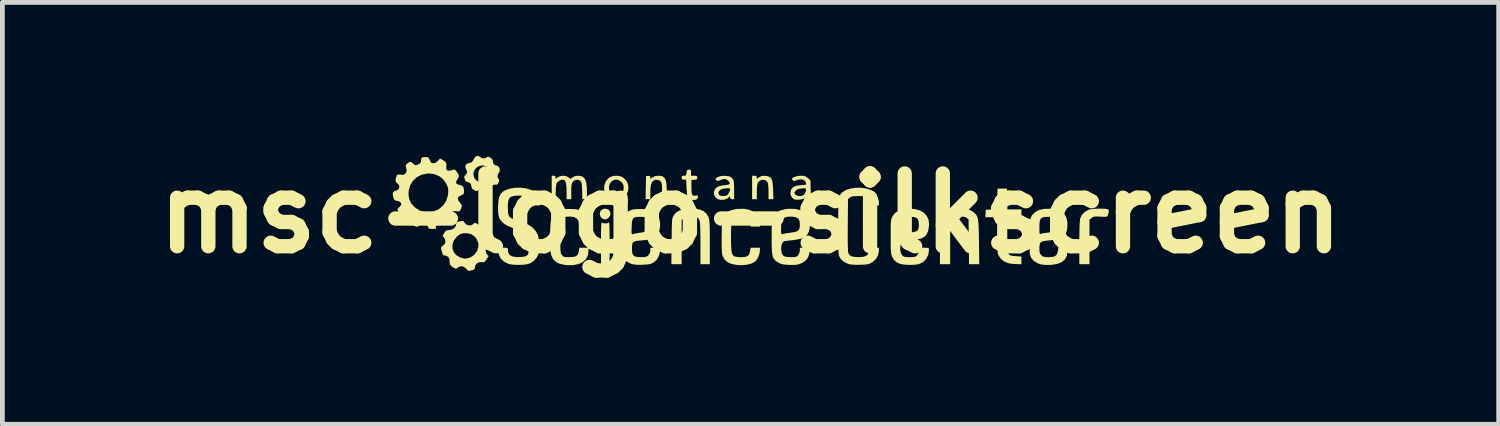
<source format=kicad_pcb>
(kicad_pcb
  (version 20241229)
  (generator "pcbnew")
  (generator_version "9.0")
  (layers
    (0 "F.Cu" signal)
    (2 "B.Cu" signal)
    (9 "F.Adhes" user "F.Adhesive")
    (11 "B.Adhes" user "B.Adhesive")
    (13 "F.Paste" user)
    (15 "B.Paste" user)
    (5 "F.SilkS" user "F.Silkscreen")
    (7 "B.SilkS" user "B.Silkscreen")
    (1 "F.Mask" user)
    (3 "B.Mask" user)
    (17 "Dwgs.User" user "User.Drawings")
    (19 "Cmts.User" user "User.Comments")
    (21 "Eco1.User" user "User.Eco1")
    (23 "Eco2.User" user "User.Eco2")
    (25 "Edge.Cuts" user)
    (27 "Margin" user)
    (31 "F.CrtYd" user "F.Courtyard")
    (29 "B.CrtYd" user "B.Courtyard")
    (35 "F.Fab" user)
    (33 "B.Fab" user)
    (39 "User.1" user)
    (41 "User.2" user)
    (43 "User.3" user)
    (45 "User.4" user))
  (footprint "msc-logo-silkscreen"
    (layer "F.Cu")
    (at 12.671 1.418)
    (property "Reference" "msc-logo-silkscreen" (at 0 0 0) (layer "F.SilkS") (effects (font (size 1.524 1.524) (thickness 0.3))))
    (attr board_only exclude_from_pos_files exclude_from_bom)
    (fp_poly (pts (xy -2.989 -0.085) (xy -2.951 -0.051) (xy -2.934 -0.004) (xy -2.94 0.046) (xy -2.972 0.092) (xy -2.978 0.097) (xy -3.018 0.123) (xy -3.052 0.128) (xy -3.095 0.114) (xy -3.129 0.088) (xy -3.149 0.056) (xy -3.158 -0.005) (xy -3.138 -0.055) (xy -3.095 -0.088) (xy -3.043 -0.098)) (stroke (width 0) (type solid)) (fill yes) (layer "F.SilkS"))
    (fp_poly (pts (xy -3.112 0.193) (xy -3.078 0.209) (xy -3.031 0.212) (xy -2.988 0.204) (xy -2.971 0.193) (xy -2.965 0.194) (xy -2.96 0.212) (xy -2.957 0.25) (xy -2.954 0.31) (xy -2.953 0.395) (xy -2.952 0.508) (xy -2.952 0.62) (xy -2.952 1.066) (xy -3.132 1.066) (xy -3.132 0.62) (xy -3.132 0.483) (xy -3.131 0.375) (xy -3.129 0.296) (xy -3.126 0.24) (xy -3.122 0.207) (xy -3.117 0.193)) (stroke (width 0) (type solid)) (fill yes) (layer "F.SilkS"))
    (fp_poly (pts (xy -1.872 -0.782) (xy -1.834 -0.769) (xy -1.8 -0.739) (xy -1.776 -0.689) (xy -1.761 -0.614) (xy -1.755 -0.512) (xy -1.755 -0.468) (xy -1.755 -0.295) (xy -1.853 -0.295) (xy -1.853 -0.467) (xy -1.854 -0.547) (xy -1.857 -0.6) (xy -1.863 -0.635) (xy -1.874 -0.658) (xy -1.886 -0.672) (xy -1.933 -0.699) (xy -1.989 -0.702) (xy -2.037 -0.683) (xy -2.066 -0.649) (xy -2.086 -0.596) (xy -2.096 -0.521) (xy -2.099 -0.433) (xy -2.099 -0.295) (xy -2.198 -0.295) (xy -2.194 -0.537) (xy -2.189 -0.779) (xy -2.144 -0.784) (xy -2.111 -0.783) (xy -2.1 -0.765) (xy -2.099 -0.754) (xy -2.099 -0.719) (xy -2.056 -0.753) (xy -2.004 -0.777) (xy -1.938 -0.787)) (stroke (width 0) (type solid)) (fill yes) (layer "F.SilkS"))
    (fp_poly (pts (xy 7.374 -0.097) (xy 7.44 -0.094) (xy 7.474 -0.088) (xy 7.5 -0.076) (xy 7.505 -0.052) (xy 7.502 -0.027) (xy 7.491 0.023) (xy 7.481 0.053) (xy 7.462 0.069) (xy 7.428 0.074) (xy 7.373 0.072) (xy 7.333 0.07) (xy 7.262 0.067) (xy 7.215 0.068) (xy 7.184 0.074) (xy 7.158 0.088) (xy 7.145 0.098) (xy 7.1 0.134) (xy 7.1 1.066) (xy 6.887 1.066) (xy 6.887 0.619) (xy 6.888 0.473) (xy 6.89 0.346) (xy 6.893 0.243) (xy 6.898 0.165) (xy 6.903 0.116) (xy 6.905 0.107) (xy 6.941 0.035) (xy 7 -0.028) (xy 7.074 -0.071) (xy 7.096 -0.079) (xy 7.146 -0.088) (xy 7.216 -0.094) (xy 7.296 -0.098)) (stroke (width 0) (type solid)) (fill yes) (layer "F.SilkS"))
    (fp_poly (pts (xy 0.118 -0.782) (xy 0.131 -0.763) (xy 0.131 -0.753) (xy 0.131 -0.719) (xy 0.174 -0.753) (xy 0.23 -0.779) (xy 0.299 -0.787) (xy 0.367 -0.775) (xy 0.381 -0.77) (xy 0.415 -0.75) (xy 0.439 -0.721) (xy 0.455 -0.679) (xy 0.465 -0.618) (xy 0.471 -0.531) (xy 0.473 -0.488) (xy 0.479 -0.295) (xy 0.377 -0.295) (xy 0.377 -0.45) (xy 0.375 -0.523) (xy 0.37 -0.588) (xy 0.362 -0.635) (xy 0.358 -0.647) (xy 0.325 -0.686) (xy 0.278 -0.702) (xy 0.225 -0.698) (xy 0.179 -0.673) (xy 0.152 -0.639) (xy 0.142 -0.602) (xy 0.135 -0.541) (xy 0.132 -0.464) (xy 0.131 -0.447) (xy 0.131 -0.295) (xy 0.033 -0.295) (xy 0.033 -0.787) (xy 0.082 -0.787)) (stroke (width 0) (type solid)) (fill yes) (layer "F.SilkS"))
    (fp_poly (pts (xy 5.375 -0.299) (xy 5.379 -0.082) (xy 5.674 -0.082) (xy 5.674 0.082) (xy 5.378 0.082) (xy 5.378 0.449) (xy 5.379 0.58) (xy 5.38 0.681) (xy 5.384 0.758) (xy 5.392 0.813) (xy 5.406 0.85) (xy 5.427 0.873) (xy 5.457 0.886) (xy 5.497 0.893) (xy 5.549 0.897) (xy 5.556 0.898) (xy 5.674 0.906) (xy 5.674 1.066) (xy 5.571 1.065) (xy 5.5 1.06) (xy 5.427 1.051) (xy 5.39 1.042) (xy 5.307 1.006) (xy 5.239 0.948) (xy 5.192 0.877) (xy 5.184 0.854) (xy 5.177 0.814) (xy 5.172 0.745) (xy 5.168 0.65) (xy 5.166 0.533) (xy 5.165 0.437) (xy 5.165 0.082) (xy 4.918 0.082) (xy 4.928 -0.074) (xy 5.046 -0.079) (xy 5.164 -0.083) (xy 5.169 -0.3) (xy 5.173 -0.517) (xy 5.37 -0.517)) (stroke (width 0) (type solid)) (fill yes) (layer "F.SilkS"))
    (fp_poly (pts (xy -2.717 -0.773) (xy -2.677 -0.754) (xy -2.613 -0.698) (xy -2.573 -0.628) (xy -2.557 -0.549) (xy -2.565 -0.47) (xy -2.596 -0.397) (xy -2.651 -0.336) (xy -2.69 -0.311) (xy -2.773 -0.283) (xy -2.855 -0.286) (xy -2.935 -0.316) (xy -3.002 -0.367) (xy -3.046 -0.434) (xy -3.066 -0.51) (xy -3.064 -0.552) (xy -2.967 -0.552) (xy -2.96 -0.485) (xy -2.943 -0.442) (xy -2.905 -0.4) (xy -2.849 -0.377) (xy -2.787 -0.375) (xy -2.727 -0.394) (xy -2.685 -0.428) (xy -2.664 -0.475) (xy -2.656 -0.536) (xy -2.662 -0.591) (xy -2.682 -0.632) (xy -2.704 -0.657) (xy -2.761 -0.696) (xy -2.818 -0.707) (xy -2.872 -0.694) (xy -2.918 -0.661) (xy -2.951 -0.612) (xy -2.967 -0.552) (xy -3.064 -0.552) (xy -3.062 -0.59) (xy -3.035 -0.665) (xy -2.982 -0.729) (xy -2.948 -0.754) (xy -2.878 -0.781) (xy -2.796 -0.787)) (stroke (width 0) (type solid)) (fill yes) (layer "F.SilkS"))
    (fp_poly (pts (xy 4.486 -0.093) (xy 4.569 -0.078) (xy 4.635 -0.049) (xy 4.675 -0.021) (xy 4.703 0.005) (xy 4.726 0.03) (xy 4.744 0.06) (xy 4.757 0.098) (xy 4.767 0.147) (xy 4.774 0.213) (xy 4.779 0.298) (xy 4.782 0.407) (xy 4.784 0.543) (xy 4.785 0.603) (xy 4.791 1.066) (xy 4.576 1.066) (xy 4.572 0.597) (xy 4.567 0.128) (xy 4.528 0.097) (xy 4.496 0.079) (xy 4.451 0.069) (xy 4.385 0.066) (xy 4.376 0.066) (xy 4.312 0.067) (xy 4.271 0.074) (xy 4.243 0.087) (xy 4.222 0.106) (xy 4.181 0.146) (xy 4.181 1.066) (xy 3.966 1.066) (xy 3.971 0.594) (xy 3.973 0.449) (xy 3.975 0.332) (xy 3.979 0.24) (xy 3.984 0.17) (xy 3.992 0.116) (xy 4.003 0.076) (xy 4.018 0.045) (xy 4.038 0.019) (xy 4.064 -0.005) (xy 4.083 -0.022) (xy 4.141 -0.06) (xy 4.212 -0.084) (xy 4.303 -0.096) (xy 4.378 -0.098)) (stroke (width 0) (type solid)) (fill yes) (layer "F.SilkS"))
    (fp_poly (pts (xy -1.25 -0.904) (xy -1.246 -0.87) (xy -1.246 -0.854) (xy -1.246 -0.787) (xy -1.181 -0.787) (xy -1.138 -0.785) (xy -1.12 -0.774) (xy -1.115 -0.75) (xy -1.115 -0.747) (xy -1.12 -0.72) (xy -1.14 -0.707) (xy -1.177 -0.702) (xy -1.238 -0.697) (xy -1.238 -0.545) (xy -1.236 -0.463) (xy -1.229 -0.41) (xy -1.215 -0.38) (xy -1.19 -0.368) (xy -1.153 -0.37) (xy -1.145 -0.372) (xy -1.112 -0.375) (xy -1.1 -0.36) (xy -1.099 -0.34) (xy -1.113 -0.304) (xy -1.15 -0.283) (xy -1.203 -0.278) (xy -1.265 -0.292) (xy -1.273 -0.295) (xy -1.296 -0.308) (xy -1.312 -0.329) (xy -1.324 -0.364) (xy -1.332 -0.418) (xy -1.338 -0.497) (xy -1.34 -0.537) (xy -1.349 -0.705) (xy -1.396 -0.705) (xy -1.43 -0.71) (xy -1.442 -0.731) (xy -1.443 -0.746) (xy -1.438 -0.776) (xy -1.415 -0.786) (xy -1.395 -0.787) (xy -1.363 -0.79) (xy -1.348 -0.807) (xy -1.342 -0.847) (xy -1.341 -0.849) (xy -1.335 -0.89) (xy -1.319 -0.909) (xy -1.291 -0.915) (xy -1.263 -0.916)) (stroke (width 0) (type solid)) (fill yes) (layer "F.SilkS"))
    (fp_poly (pts (xy -1.158 -0.094) (xy -1.058 -0.078) (xy -0.98 -0.044) (xy -0.922 0.009) (xy -0.879 0.083) (xy -0.878 0.086) (xy -0.87 0.11) (xy -0.864 0.142) (xy -0.86 0.187) (xy -0.856 0.249) (xy -0.854 0.331) (xy -0.853 0.438) (xy -0.853 0.572) (xy -0.853 0.606) (xy -0.853 1.066) (xy -1.049 1.066) (xy -1.049 0.634) (xy -1.05 0.482) (xy -1.052 0.356) (xy -1.056 0.257) (xy -1.061 0.188) (xy -1.067 0.15) (xy -1.068 0.149) (xy -1.09 0.109) (xy -1.126 0.083) (xy -1.182 0.07) (xy -1.264 0.066) (xy -1.324 0.068) (xy -1.363 0.077) (xy -1.393 0.097) (xy -1.403 0.106) (xy -1.443 0.146) (xy -1.443 1.066) (xy -1.658 1.066) (xy -1.653 0.586) (xy -1.651 0.448) (xy -1.65 0.339) (xy -1.648 0.254) (xy -1.645 0.191) (xy -1.642 0.144) (xy -1.637 0.111) (xy -1.631 0.086) (xy -1.622 0.067) (xy -1.612 0.048) (xy -1.609 0.045) (xy -1.562 -0.013) (xy -1.499 -0.054) (xy -1.416 -0.08) (xy -1.308 -0.094) (xy -1.285 -0.095)) (stroke (width 0) (type solid)) (fill yes) (layer "F.SilkS"))
    (fp_poly (pts (xy -4.092 -0.78) (xy -4.083 -0.753) (xy -4.083 -0.719) (xy -4.04 -0.753) (xy -3.981 -0.781) (xy -3.911 -0.787) (xy -3.844 -0.771) (xy -3.815 -0.753) (xy -3.771 -0.719) (xy -3.728 -0.753) (xy -3.672 -0.78) (xy -3.608 -0.787) (xy -3.545 -0.779) (xy -3.497 -0.752) (xy -3.462 -0.705) (xy -3.44 -0.633) (xy -3.429 -0.534) (xy -3.427 -0.447) (xy -3.427 -0.295) (xy -3.523 -0.295) (xy -3.528 -0.477) (xy -3.531 -0.558) (xy -3.536 -0.614) (xy -3.543 -0.648) (xy -3.553 -0.67) (xy -3.566 -0.682) (xy -3.62 -0.704) (xy -3.675 -0.697) (xy -3.721 -0.662) (xy -3.737 -0.637) (xy -3.747 -0.607) (xy -3.753 -0.563) (xy -3.755 -0.498) (xy -3.755 -0.457) (xy -3.755 -0.295) (xy -3.853 -0.295) (xy -3.853 -0.464) (xy -3.856 -0.561) (xy -3.865 -0.631) (xy -3.883 -0.675) (xy -3.909 -0.699) (xy -3.944 -0.705) (xy -3.982 -0.695) (xy -4.025 -0.669) (xy -4.028 -0.666) (xy -4.049 -0.646) (xy -4.062 -0.625) (xy -4.071 -0.594) (xy -4.076 -0.547) (xy -4.08 -0.476) (xy -4.08 -0.461) (xy -4.084 -0.386) (xy -4.087 -0.338) (xy -4.093 -0.311) (xy -4.103 -0.299) (xy -4.118 -0.295) (xy -4.126 -0.295) (xy -4.165 -0.295) (xy -4.165 -0.787) (xy -4.124 -0.787)) (stroke (width 0) (type solid)) (fill yes) (layer "F.SilkS"))
    (fp_poly (pts (xy 1.115 -0.784) (xy 1.156 -0.772) (xy 1.193 -0.746) (xy 1.201 -0.739) (xy 1.254 -0.691) (xy 1.26 -0.493) (xy 1.266 -0.295) (xy 1.223 -0.295) (xy 1.189 -0.303) (xy 1.181 -0.32) (xy 1.174 -0.342) (xy 1.153 -0.337) (xy 1.129 -0.317) (xy 1.09 -0.298) (xy 1.033 -0.286) (xy 0.972 -0.284) (xy 0.922 -0.291) (xy 0.91 -0.297) (xy 0.862 -0.337) (xy 0.839 -0.39) (xy 0.837 -0.426) (xy 0.918 -0.426) (xy 0.933 -0.396) (xy 0.971 -0.373) (xy 1.021 -0.361) (xy 1.033 -0.361) (xy 1.085 -0.368) (xy 1.121 -0.393) (xy 1.13 -0.404) (xy 1.154 -0.447) (xy 1.164 -0.488) (xy 1.162 -0.511) (xy 1.152 -0.522) (xy 1.124 -0.525) (xy 1.072 -0.521) (xy 1.071 -0.521) (xy 1.009 -0.512) (xy 0.97 -0.496) (xy 0.948 -0.476) (xy 0.927 -0.445) (xy 0.918 -0.426) (xy 0.837 -0.426) (xy 0.836 -0.429) (xy 0.85 -0.497) (xy 0.891 -0.546) (xy 0.959 -0.577) (xy 1.054 -0.59) (xy 1.075 -0.59) (xy 1.127 -0.592) (xy 1.154 -0.598) (xy 1.163 -0.612) (xy 1.164 -0.622) (xy 1.15 -0.669) (xy 1.113 -0.7) (xy 1.058 -0.712) (xy 0.992 -0.703) (xy 0.972 -0.696) (xy 0.926 -0.681) (xy 0.9 -0.678) (xy 0.885 -0.689) (xy 0.884 -0.691) (xy 0.871 -0.717) (xy 0.869 -0.725) (xy 0.884 -0.745) (xy 0.922 -0.763) (xy 0.975 -0.778) (xy 1.035 -0.786) (xy 1.057 -0.787)) (stroke (width 0) (type solid)) (fill yes) (layer "F.SilkS"))
    (fp_poly (pts (xy -0.52 -0.784) (xy -0.46 -0.777) (xy -0.421 -0.764) (xy -0.392 -0.741) (xy -0.383 -0.732) (xy -0.366 -0.71) (xy -0.355 -0.687) (xy -0.349 -0.655) (xy -0.346 -0.607) (xy -0.344 -0.536) (xy -0.344 -0.491) (xy -0.344 -0.295) (xy -0.385 -0.295) (xy -0.417 -0.302) (xy -0.427 -0.329) (xy -0.427 -0.332) (xy -0.431 -0.354) (xy -0.439 -0.352) (xy -0.486 -0.31) (xy -0.552 -0.285) (xy -0.625 -0.281) (xy -0.683 -0.295) (xy -0.733 -0.331) (xy -0.762 -0.384) (xy -0.767 -0.432) (xy -0.674 -0.432) (xy -0.662 -0.391) (xy -0.653 -0.38) (xy -0.62 -0.366) (xy -0.571 -0.361) (xy -0.52 -0.367) (xy -0.493 -0.377) (xy -0.468 -0.402) (xy -0.444 -0.445) (xy -0.429 -0.491) (xy -0.426 -0.511) (xy -0.441 -0.521) (xy -0.477 -0.525) (xy -0.526 -0.522) (xy -0.576 -0.513) (xy -0.615 -0.501) (xy -0.658 -0.471) (xy -0.674 -0.432) (xy -0.767 -0.432) (xy -0.768 -0.445) (xy -0.746 -0.503) (xy -0.745 -0.505) (xy -0.71 -0.543) (xy -0.661 -0.568) (xy -0.593 -0.583) (xy -0.542 -0.589) (xy -0.476 -0.598) (xy -0.44 -0.613) (xy -0.433 -0.635) (xy -0.452 -0.666) (xy -0.465 -0.68) (xy -0.511 -0.713) (xy -0.56 -0.719) (xy -0.622 -0.7) (xy -0.633 -0.695) (xy -0.675 -0.679) (xy -0.701 -0.681) (xy -0.713 -0.689) (xy -0.734 -0.712) (xy -0.73 -0.731) (xy -0.699 -0.752) (xy -0.678 -0.762) (xy -0.62 -0.781) (xy -0.549 -0.785)) (stroke (width 0) (type solid)) (fill yes) (layer "F.SilkS"))
    (fp_poly (pts (xy -0.022 -0.072) (xy 0.069 -0.029) (xy 0.137 0.034) (xy 0.18 0.116) (xy 0.197 0.216) (xy 0.197 0.225) (xy 0.197 0.279) (xy 0.004 0.279) (xy -0.007 0.207) (xy -0.022 0.146) (xy -0.05 0.106) (xy -0.095 0.084) (xy -0.164 0.075) (xy -0.204 0.074) (xy -0.281 0.077) (xy -0.332 0.089) (xy -0.364 0.113) (xy -0.386 0.154) (xy -0.393 0.178) (xy -0.4 0.22) (xy -0.405 0.288) (xy -0.408 0.373) (xy -0.409 0.468) (xy -0.409 0.566) (xy -0.407 0.658) (xy -0.403 0.738) (xy -0.397 0.799) (xy -0.393 0.824) (xy -0.376 0.868) (xy -0.349 0.896) (xy -0.306 0.911) (xy -0.241 0.918) (xy -0.198 0.918) (xy -0.119 0.914) (xy -0.066 0.898) (xy -0.033 0.866) (xy -0.013 0.813) (xy -0.008 0.789) (xy 0.003 0.721) (xy 0.197 0.721) (xy 0.196 0.783) (xy 0.184 0.859) (xy 0.153 0.935) (xy 0.108 0.997) (xy 0.09 1.014) (xy 0.019 1.052) (xy -0.075 1.077) (xy -0.185 1.087) (xy -0.295 1.081) (xy -0.405 1.059) (xy -0.489 1.019) (xy -0.549 0.962) (xy -0.588 0.883) (xy -0.592 0.871) (xy -0.598 0.831) (xy -0.602 0.762) (xy -0.605 0.665) (xy -0.605 0.546) (xy -0.604 0.459) (xy -0.602 0.342) (xy -0.6 0.253) (xy -0.597 0.187) (xy -0.593 0.14) (xy -0.587 0.106) (xy -0.579 0.08) (xy -0.568 0.058) (xy -0.561 0.046) (xy -0.503 -0.016) (xy -0.419 -0.061) (xy -0.311 -0.088) (xy -0.268 -0.093) (xy -0.135 -0.094)) (stroke (width 0) (type solid)) (fill yes) (layer "F.SilkS"))
    (fp_poly (pts (xy -3.716 -0.089) (xy -3.658 -0.085) (xy -3.615 -0.076) (xy -3.574 -0.061) (xy -3.55 -0.049) (xy -3.474 0.007) (xy -3.421 0.084) (xy -3.396 0.175) (xy -3.394 0.208) (xy -3.394 0.279) (xy -3.493 0.279) (xy -3.547 0.278) (xy -3.577 0.273) (xy -3.589 0.261) (xy -3.591 0.24) (xy -3.602 0.164) (xy -3.637 0.111) (xy -3.695 0.079) (xy -3.777 0.068) (xy -3.835 0.071) (xy -3.882 0.076) (xy -3.917 0.085) (xy -3.943 0.1) (xy -3.962 0.126) (xy -3.974 0.167) (xy -3.98 0.227) (xy -3.984 0.31) (xy -3.985 0.419) (xy -3.985 0.492) (xy -3.984 0.606) (xy -3.984 0.693) (xy -3.982 0.756) (xy -3.978 0.8) (xy -3.973 0.831) (xy -3.965 0.852) (xy -3.955 0.869) (xy -3.951 0.875) (xy -3.93 0.898) (xy -3.906 0.911) (xy -3.871 0.917) (xy -3.813 0.918) (xy -3.797 0.918) (xy -3.713 0.914) (xy -3.657 0.899) (xy -3.621 0.869) (xy -3.602 0.821) (xy -3.596 0.791) (xy -3.587 0.721) (xy -3.394 0.721) (xy -3.394 0.788) (xy -3.408 0.883) (xy -3.449 0.962) (xy -3.515 1.022) (xy -3.605 1.064) (xy -3.716 1.085) (xy -3.848 1.085) (xy -3.887 1.081) (xy -3.995 1.059) (xy -4.077 1.019) (xy -4.136 0.959) (xy -4.175 0.877) (xy -4.179 0.861) (xy -4.186 0.821) (xy -4.191 0.755) (xy -4.195 0.667) (xy -4.197 0.564) (xy -4.197 0.484) (xy -4.196 0.348) (xy -4.191 0.24) (xy -4.182 0.157) (xy -4.167 0.093) (xy -4.145 0.044) (xy -4.114 0.005) (xy -4.073 -0.027) (xy -4.026 -0.055) (xy -3.988 -0.072) (xy -3.945 -0.082) (xy -3.89 -0.088) (xy -3.812 -0.09) (xy -3.796 -0.09)) (stroke (width 0) (type solid)) (fill yes) (layer "F.SilkS"))
    (fp_poly (pts (xy 2.415 -0.522) (xy 2.512 -0.492) (xy 2.578 -0.457) (xy 2.627 -0.405) (xy 2.666 -0.333) (xy 2.687 -0.255) (xy 2.689 -0.225) (xy 2.689 -0.164) (xy 2.495 -0.164) (xy 2.484 -0.231) (xy 2.47 -0.287) (xy 2.448 -0.324) (xy 2.411 -0.347) (xy 2.353 -0.358) (xy 2.269 -0.361) (xy 2.265 -0.361) (xy 2.189 -0.359) (xy 2.139 -0.355) (xy 2.105 -0.345) (xy 2.08 -0.329) (xy 2.042 -0.298) (xy 2.037 0.248) (xy 2.036 0.424) (xy 2.036 0.567) (xy 2.038 0.68) (xy 2.041 0.763) (xy 2.045 0.816) (xy 2.05 0.837) (xy 2.075 0.876) (xy 2.117 0.901) (xy 2.18 0.914) (xy 2.269 0.918) (xy 2.27 0.918) (xy 2.357 0.913) (xy 2.419 0.894) (xy 2.458 0.86) (xy 2.48 0.807) (xy 2.484 0.787) (xy 2.495 0.721) (xy 2.689 0.721) (xy 2.689 0.782) (xy 2.674 0.871) (xy 2.63 0.952) (xy 2.564 1.016) (xy 2.544 1.029) (xy 2.507 1.049) (xy 2.471 1.063) (xy 2.429 1.071) (xy 2.371 1.075) (xy 2.289 1.078) (xy 2.287 1.078) (xy 2.183 1.078) (xy 2.105 1.073) (xy 2.05 1.061) (xy 2.042 1.059) (xy 1.957 1.017) (xy 1.896 0.963) (xy 1.867 0.918) (xy 1.859 0.901) (xy 1.852 0.88) (xy 1.847 0.853) (xy 1.843 0.814) (xy 1.84 0.762) (xy 1.839 0.693) (xy 1.837 0.602) (xy 1.837 0.487) (xy 1.837 0.345) (xy 1.837 0.283) (xy 1.837 0.12) (xy 1.837 -0.013) (xy 1.839 -0.12) (xy 1.842 -0.205) (xy 1.847 -0.27) (xy 1.854 -0.32) (xy 1.863 -0.357) (xy 1.876 -0.386) (xy 1.892 -0.408) (xy 1.911 -0.429) (xy 1.921 -0.438) (xy 1.993 -0.485) (xy 2.087 -0.517) (xy 2.194 -0.534) (xy 2.306 -0.536)) (stroke (width 0) (type solid)) (fill yes) (layer "F.SilkS"))
    (fp_poly (pts (xy -5.688 -1.197) (xy -5.664 -1.179) (xy -5.621 -1.153) (xy -5.569 -1.151) (xy -5.527 -1.172) (xy -5.505 -1.186) (xy -5.482 -1.183) (xy -5.447 -1.164) (xy -5.409 -1.132) (xy -5.395 -1.095) (xy -5.395 -1.084) (xy -5.384 -1.035) (xy -5.351 -1.007) (xy -5.313 -0.998) (xy -5.278 -0.978) (xy -5.256 -0.94) (xy -5.251 -0.895) (xy -5.267 -0.857) (xy -5.294 -0.811) (xy -5.301 -0.768) (xy -5.287 -0.736) (xy -5.266 -0.707) (xy -5.269 -0.668) (xy -5.283 -0.632) (xy -5.303 -0.603) (xy -5.333 -0.599) (xy -5.341 -0.601) (xy -5.386 -0.597) (xy -5.423 -0.57) (xy -5.443 -0.526) (xy -5.444 -0.514) (xy -5.457 -0.477) (xy -5.486 -0.459) (xy -5.527 -0.445) (xy -5.553 -0.448) (xy -5.577 -0.469) (xy -5.583 -0.476) (xy -5.628 -0.504) (xy -5.676 -0.502) (xy -5.709 -0.482) (xy -5.73 -0.466) (xy -5.752 -0.467) (xy -5.788 -0.485) (xy -5.792 -0.487) (xy -5.833 -0.52) (xy -5.846 -0.558) (xy -5.846 -0.56) (xy -5.858 -0.612) (xy -5.892 -0.646) (xy -5.928 -0.656) (xy -5.957 -0.664) (xy -5.978 -0.694) (xy -5.986 -0.717) (xy -5.997 -0.757) (xy -5.994 -0.78) (xy -5.974 -0.799) (xy -5.971 -0.801) (xy -5.954 -0.822) (xy -5.805 -0.822) (xy -5.791 -0.752) (xy -5.753 -0.697) (xy -5.698 -0.662) (xy -5.632 -0.648) (xy -5.561 -0.66) (xy -5.516 -0.683) (xy -5.473 -0.73) (xy -5.449 -0.792) (xy -5.446 -0.86) (xy -5.467 -0.922) (xy -5.481 -0.942) (xy -5.537 -0.985) (xy -5.602 -1.002) (xy -5.667 -0.995) (xy -5.727 -0.967) (xy -5.774 -0.921) (xy -5.801 -0.859) (xy -5.805 -0.822) (xy -5.954 -0.822) (xy -5.942 -0.837) (xy -5.94 -0.885) (xy -5.961 -0.93) (xy -5.975 -0.974) (xy -5.965 -1.015) (xy -5.934 -1.043) (xy -5.905 -1.05) (xy -5.85 -1.063) (xy -5.812 -1.104) (xy -5.796 -1.138) (xy -5.769 -1.181) (xy -5.73 -1.201)) (stroke (width 0) (type solid)) (fill yes) (layer "F.SilkS"))
    (fp_poly (pts (xy 6.403 -0.079) (xy 6.499 -0.044) (xy 6.568 0.009) (xy 6.614 0.082) (xy 6.636 0.178) (xy 6.638 0.265) (xy 6.627 0.359) (xy 6.599 0.433) (xy 6.552 0.488) (xy 6.483 0.527) (xy 6.389 0.552) (xy 6.266 0.567) (xy 6.259 0.568) (xy 6.173 0.576) (xy 6.114 0.588) (xy 6.078 0.609) (xy 6.059 0.644) (xy 6.052 0.696) (xy 6.051 0.742) (xy 6.053 0.802) (xy 6.063 0.841) (xy 6.084 0.871) (xy 6.091 0.878) (xy 6.117 0.9) (xy 6.147 0.912) (xy 6.191 0.917) (xy 6.247 0.918) (xy 6.327 0.913) (xy 6.381 0.896) (xy 6.415 0.862) (xy 6.434 0.808) (xy 6.438 0.787) (xy 6.448 0.721) (xy 6.641 0.721) (xy 6.641 0.788) (xy 6.628 0.884) (xy 6.588 0.962) (xy 6.522 1.02) (xy 6.43 1.059) (xy 6.31 1.079) (xy 6.233 1.082) (xy 6.153 1.08) (xy 6.092 1.072) (xy 6.041 1.057) (xy 6.008 1.043) (xy 5.93 0.994) (xy 5.885 0.941) (xy 5.872 0.918) (xy 5.862 0.895) (xy 5.855 0.866) (xy 5.849 0.828) (xy 5.846 0.774) (xy 5.843 0.699) (xy 5.841 0.6) (xy 5.841 0.539) (xy 5.839 0.404) (xy 5.841 0.297) (xy 6.051 0.297) (xy 6.051 0.366) (xy 6.053 0.408) (xy 6.058 0.428) (xy 6.069 0.434) (xy 6.085 0.429) (xy 6.088 0.428) (xy 6.122 0.42) (xy 6.177 0.411) (xy 6.243 0.403) (xy 6.252 0.402) (xy 6.322 0.393) (xy 6.375 0.381) (xy 6.403 0.367) (xy 6.426 0.326) (xy 6.439 0.267) (xy 6.44 0.204) (xy 6.437 0.183) (xy 6.418 0.132) (xy 6.386 0.099) (xy 6.334 0.081) (xy 6.257 0.074) (xy 6.236 0.074) (xy 6.162 0.077) (xy 6.11 0.088) (xy 6.077 0.114) (xy 6.059 0.159) (xy 6.052 0.227) (xy 6.051 0.297) (xy 5.841 0.297) (xy 5.841 0.292) (xy 5.845 0.206) (xy 5.85 0.148) (xy 5.853 0.133) (xy 5.893 0.044) (xy 5.957 -0.023) (xy 6.044 -0.069) (xy 6.156 -0.093) (xy 6.281 -0.095)) (stroke (width 0) (type solid)) (fill yes) (layer "F.SilkS"))
    (fp_poly (pts (xy -4.703 -0.522) (xy -4.606 -0.493) (xy -4.542 -0.459) (xy -4.493 -0.407) (xy -4.455 -0.332) (xy -4.432 -0.244) (xy -4.431 -0.233) (xy -4.423 -0.162) (xy -4.528 -0.167) (xy -4.632 -0.172) (xy -4.642 -0.242) (xy -4.651 -0.29) (xy -4.664 -0.324) (xy -4.668 -0.33) (xy -4.705 -0.349) (xy -4.764 -0.364) (xy -4.835 -0.371) (xy -4.908 -0.37) (xy -4.923 -0.368) (xy -4.988 -0.357) (xy -5.033 -0.337) (xy -5.061 -0.302) (xy -5.077 -0.248) (xy -5.083 -0.169) (xy -5.083 -0.123) (xy -5.081 -0.036) (xy -5.071 0.027) (xy -5.049 0.072) (xy -5.009 0.105) (xy -4.947 0.134) (xy -4.864 0.162) (xy -4.791 0.186) (xy -4.723 0.21) (xy -4.671 0.23) (xy -4.656 0.237) (xy -4.571 0.294) (xy -4.502 0.368) (xy -4.457 0.45) (xy -4.451 0.466) (xy -4.437 0.541) (xy -4.429 0.634) (xy -4.429 0.73) (xy -4.437 0.817) (xy -4.446 0.861) (xy -4.481 0.932) (xy -4.539 0.997) (xy -4.612 1.045) (xy -4.662 1.063) (xy -4.732 1.075) (xy -4.817 1.08) (xy -4.908 1.08) (xy -4.992 1.074) (xy -5.059 1.062) (xy -5.074 1.058) (xy -5.164 1.013) (xy -5.229 0.952) (xy -5.271 0.87) (xy -5.29 0.791) (xy -5.301 0.721) (xy -5.192 0.721) (xy -5.134 0.722) (xy -5.101 0.726) (xy -5.087 0.736) (xy -5.083 0.755) (xy -5.083 0.761) (xy -5.074 0.827) (xy -5.046 0.873) (xy -4.994 0.902) (xy -4.918 0.916) (xy -4.828 0.916) (xy -4.754 0.909) (xy -4.702 0.896) (xy -4.669 0.871) (xy -4.651 0.829) (xy -4.642 0.764) (xy -4.641 0.675) (xy -4.643 0.593) (xy -4.649 0.526) (xy -4.659 0.482) (xy -4.662 0.476) (xy -4.704 0.425) (xy -4.773 0.379) (xy -4.865 0.342) (xy -4.884 0.336) (xy -5.001 0.299) (xy -5.091 0.262) (xy -5.159 0.221) (xy -5.206 0.179) (xy -5.24 0.138) (xy -5.263 0.097) (xy -5.277 0.051) (xy -5.285 -0.01) (xy -5.288 -0.092) (xy -5.288 -0.139) (xy -5.282 -0.255) (xy -5.265 -0.344) (xy -5.231 -0.41) (xy -5.18 -0.459) (xy -5.107 -0.496) (xy -5.039 -0.517) (xy -4.929 -0.535) (xy -4.814 -0.537)) (stroke (width 0) (type solid)) (fill yes) (layer "F.SilkS"))
    (fp_poly (pts (xy -2.183 -0.085) (xy -2.096 -0.07) (xy -2.029 -0.042) (xy -1.975 0.000372) (xy -1.954 0.025) (xy -1.916 0.096) (xy -1.896 0.182) (xy -1.894 0.273) (xy -1.91 0.361) (xy -1.943 0.435) (xy -1.972 0.471) (xy -2.017 0.506) (xy -2.066 0.532) (xy -2.128 0.549) (xy -2.211 0.561) (xy -2.28 0.568) (xy -2.365 0.575) (xy -2.422 0.586) (xy -2.458 0.605) (xy -2.476 0.637) (xy -2.483 0.685) (xy -2.484 0.738) (xy -2.48 0.816) (xy -2.465 0.867) (xy -2.433 0.899) (xy -2.379 0.914) (xy -2.299 0.918) (xy -2.293 0.918) (xy -2.23 0.917) (xy -2.189 0.91) (xy -2.16 0.896) (xy -2.139 0.878) (xy -2.105 0.824) (xy -2.099 0.78) (xy -2.099 0.721) (xy -1.882 0.721) (xy -1.894 0.799) (xy -1.922 0.901) (xy -1.973 0.982) (xy -2.039 1.035) (xy -2.078 1.054) (xy -2.12 1.066) (xy -2.175 1.073) (xy -2.252 1.077) (xy -2.271 1.078) (xy -2.378 1.078) (xy -2.456 1.07) (xy -2.498 1.059) (xy -2.551 1.034) (xy -2.597 1.002) (xy -2.602 0.998) (xy -2.633 0.966) (xy -2.657 0.934) (xy -2.674 0.896) (xy -2.686 0.848) (xy -2.694 0.784) (xy -2.699 0.698) (xy -2.702 0.585) (xy -2.702 0.566) (xy -2.704 0.414) (xy -2.703 0.362) (xy -2.492 0.362) (xy -2.492 0.408) (xy -2.488 0.431) (xy -2.48 0.439) (xy -2.466 0.436) (xy -2.465 0.435) (xy -2.436 0.428) (xy -2.383 0.418) (xy -2.317 0.407) (xy -2.289 0.403) (xy -2.206 0.389) (xy -2.151 0.372) (xy -2.118 0.348) (xy -2.103 0.31) (xy -2.101 0.255) (xy -2.103 0.225) (xy -2.111 0.159) (xy -2.127 0.115) (xy -2.159 0.089) (xy -2.21 0.077) (xy -2.289 0.074) (xy -2.296 0.074) (xy -2.371 0.076) (xy -2.424 0.084) (xy -2.457 0.105) (xy -2.476 0.144) (xy -2.486 0.205) (xy -2.49 0.29) (xy -2.492 0.362) (xy -2.703 0.362) (xy -2.701 0.29) (xy -2.692 0.192) (xy -2.676 0.115) (xy -2.652 0.055) (xy -2.62 0.008) (xy -2.577 -0.029) (xy -2.536 -0.053) (xy -2.499 -0.07) (xy -2.46 -0.081) (xy -2.409 -0.087) (xy -2.339 -0.089) (xy -2.296 -0.09)) (stroke (width 0) (type solid)) (fill yes) (layer "F.SilkS"))
    (fp_poly (pts (xy 0.935 -0.092) (xy 1.045 -0.066) (xy 1.132 -0.019) (xy 1.195 0.05) (xy 1.232 0.138) (xy 1.244 0.245) (xy 1.241 0.291) (xy 1.224 0.379) (xy 1.189 0.446) (xy 1.135 0.496) (xy 1.057 0.531) (xy 0.952 0.554) (xy 0.894 0.562) (xy 0.823 0.569) (xy 0.763 0.576) (xy 0.721 0.582) (xy 0.711 0.583) (xy 0.676 0.606) (xy 0.652 0.654) (xy 0.642 0.721) (xy 0.644 0.774) (xy 0.655 0.838) (xy 0.678 0.88) (xy 0.718 0.905) (xy 0.781 0.916) (xy 0.845 0.918) (xy 0.908 0.917) (xy 0.948 0.912) (xy 0.974 0.901) (xy 0.994 0.881) (xy 0.999 0.875) (xy 1.024 0.825) (xy 1.033 0.777) (xy 1.033 0.721) (xy 1.251 0.721) (xy 1.24 0.799) (xy 1.219 0.891) (xy 1.182 0.961) (xy 1.123 1.013) (xy 1.083 1.037) (xy 1.035 1.059) (xy 0.991 1.073) (xy 0.941 1.08) (xy 0.874 1.082) (xy 0.846 1.082) (xy 0.769 1.079) (xy 0.698 1.072) (xy 0.645 1.062) (xy 0.634 1.058) (xy 0.581 1.033) (xy 0.534 1.002) (xy 0.529 0.998) (xy 0.503 0.971) (xy 0.482 0.943) (xy 0.467 0.908) (xy 0.456 0.863) (xy 0.449 0.803) (xy 0.445 0.724) (xy 0.443 0.621) (xy 0.443 0.489) (xy 0.443 0.488) (xy 0.443 0.369) (xy 0.444 0.324) (xy 0.64 0.324) (xy 0.64 0.386) (xy 0.643 0.422) (xy 0.651 0.436) (xy 0.664 0.436) (xy 0.668 0.434) (xy 0.697 0.427) (xy 0.749 0.418) (xy 0.814 0.409) (xy 0.836 0.406) (xy 0.92 0.393) (xy 0.977 0.376) (xy 1.011 0.349) (xy 1.028 0.308) (xy 1.033 0.249) (xy 1.033 0.238) (xy 1.027 0.164) (xy 1.004 0.115) (xy 0.96 0.086) (xy 0.889 0.072) (xy 0.884 0.071) (xy 0.788 0.07) (xy 0.716 0.088) (xy 0.67 0.125) (xy 0.657 0.151) (xy 0.648 0.193) (xy 0.642 0.254) (xy 0.64 0.322) (xy 0.64 0.324) (xy 0.444 0.324) (xy 0.444 0.278) (xy 0.446 0.21) (xy 0.449 0.16) (xy 0.454 0.124) (xy 0.461 0.097) (xy 0.471 0.074) (xy 0.48 0.057) (xy 0.536 -0.01) (xy 0.618 -0.058) (xy 0.727 -0.087) (xy 0.803 -0.095)) (stroke (width 0) (type solid)) (fill yes) (layer "F.SilkS"))
    (fp_poly (pts (xy 3.426 -0.091) (xy 3.537 -0.065) (xy 3.625 -0.017) (xy 3.69 0.051) (xy 3.729 0.136) (xy 3.741 0.238) (xy 3.724 0.354) (xy 3.721 0.368) (xy 3.694 0.433) (xy 3.652 0.484) (xy 3.592 0.521) (xy 3.509 0.546) (xy 3.399 0.563) (xy 3.345 0.568) (xy 3.263 0.577) (xy 3.205 0.59) (xy 3.177 0.603) (xy 3.149 0.647) (xy 3.136 0.709) (xy 3.137 0.777) (xy 3.153 0.84) (xy 3.182 0.886) (xy 3.206 0.904) (xy 3.241 0.914) (xy 3.294 0.918) (xy 3.334 0.918) (xy 3.399 0.917) (xy 3.441 0.911) (xy 3.469 0.899) (xy 3.49 0.88) (xy 3.52 0.825) (xy 3.526 0.782) (xy 3.526 0.721) (xy 3.632 0.721) (xy 3.689 0.722) (xy 3.721 0.726) (xy 3.735 0.736) (xy 3.739 0.756) (xy 3.739 0.767) (xy 3.724 0.864) (xy 3.683 0.95) (xy 3.62 1.017) (xy 3.538 1.06) (xy 3.53 1.063) (xy 3.467 1.074) (xy 3.386 1.08) (xy 3.297 1.08) (xy 3.213 1.074) (xy 3.145 1.062) (xy 3.125 1.056) (xy 3.053 1.021) (xy 3.002 0.973) (xy 2.966 0.91) (xy 2.956 0.884) (xy 2.948 0.854) (xy 2.943 0.815) (xy 2.939 0.761) (xy 2.937 0.688) (xy 2.936 0.591) (xy 2.936 0.49) (xy 2.936 0.373) (xy 2.936 0.368) (xy 3.132 0.368) (xy 3.132 0.411) (xy 3.137 0.433) (xy 3.146 0.439) (xy 3.159 0.435) (xy 3.189 0.427) (xy 3.241 0.418) (xy 3.307 0.408) (xy 3.329 0.406) (xy 3.412 0.393) (xy 3.468 0.378) (xy 3.502 0.355) (xy 3.519 0.319) (xy 3.525 0.268) (xy 3.526 0.245) (xy 3.521 0.171) (xy 3.504 0.121) (xy 3.469 0.091) (xy 3.412 0.077) (xy 3.339 0.074) (xy 3.272 0.075) (xy 3.229 0.081) (xy 3.2 0.092) (xy 3.178 0.111) (xy 3.159 0.134) (xy 3.147 0.162) (xy 3.14 0.204) (xy 3.136 0.268) (xy 3.134 0.298) (xy 3.132 0.368) (xy 2.936 0.368) (xy 2.936 0.284) (xy 2.938 0.217) (xy 2.941 0.169) (xy 2.946 0.133) (xy 2.954 0.106) (xy 2.965 0.081) (xy 2.973 0.064) (xy 3.025 -0.004) (xy 3.098 -0.053) (xy 3.195 -0.083) (xy 3.294 -0.095)) (stroke (width 0) (type solid)) (fill yes) (layer "F.SilkS"))
    (fp_poly (pts (xy -6.019 0.162) (xy -6.002 0.179) (xy -5.99 0.197) (xy -5.951 0.237) (xy -5.898 0.255) (xy -5.844 0.248) (xy -5.811 0.228) (xy -5.775 0.194) (xy -5.707 0.232) (xy -5.666 0.257) (xy -5.647 0.279) (xy -5.643 0.31) (xy -5.645 0.337) (xy -5.641 0.404) (xy -5.614 0.45) (xy -5.568 0.474) (xy -5.546 0.476) (xy -5.514 0.479) (xy -5.494 0.492) (xy -5.481 0.524) (xy -5.471 0.58) (xy -5.469 0.593) (xy -5.464 0.639) (xy -5.47 0.665) (xy -5.49 0.682) (xy -5.498 0.687) (xy -5.537 0.724) (xy -5.55 0.775) (xy -5.537 0.83) (xy -5.523 0.853) (xy -5.488 0.901) (xy -5.532 0.966) (xy -5.561 1.006) (xy -5.585 1.024) (xy -5.613 1.024) (xy -5.623 1.023) (xy -5.681 1.024) (xy -5.731 1.048) (xy -5.764 1.088) (xy -5.772 1.125) (xy -5.777 1.163) (xy -5.799 1.182) (xy -5.817 1.188) (xy -5.861 1.199) (xy -5.889 1.207) (xy -5.919 1.199) (xy -5.951 1.167) (xy -5.996 1.125) (xy -6.05 1.108) (xy -6.104 1.119) (xy -6.129 1.136) (xy -6.159 1.158) (xy -6.185 1.158) (xy -6.206 1.148) (xy -6.265 1.11) (xy -6.297 1.071) (xy -6.304 1.026) (xy -6.302 1.011) (xy -6.307 0.954) (xy -6.336 0.911) (xy -6.383 0.887) (xy -6.402 0.885) (xy -6.433 0.877) (xy -6.453 0.847) (xy -6.458 0.832) (xy -6.476 0.77) (xy -6.482 0.735) (xy -6.243 0.735) (xy -6.217 0.81) (xy -6.166 0.874) (xy -6.091 0.92) (xy -6.075 0.926) (xy -6.02 0.944) (xy -5.977 0.949) (xy -5.93 0.942) (xy -5.895 0.933) (xy -5.841 0.908) (xy -5.788 0.869) (xy -5.777 0.858) (xy -5.724 0.783) (xy -5.701 0.703) (xy -5.703 0.624) (xy -5.729 0.551) (xy -5.776 0.489) (xy -5.841 0.443) (xy -5.921 0.418) (xy -6.014 0.418) (xy -6.015 0.418) (xy -6.071 0.432) (xy -6.119 0.461) (xy -6.16 0.498) (xy -6.215 0.573) (xy -6.243 0.654) (xy -6.243 0.735) (xy -6.482 0.735) (xy -6.483 0.73) (xy -6.478 0.706) (xy -6.461 0.688) (xy -6.444 0.678) (xy -6.403 0.637) (xy -6.39 0.585) (xy -6.406 0.53) (xy -6.417 0.513) (xy -6.451 0.471) (xy -6.416 0.412) (xy -6.389 0.373) (xy -6.36 0.356) (xy -6.314 0.351) (xy -6.249 0.337) (xy -6.198 0.304) (xy -6.17 0.257) (xy -6.166 0.229) (xy -6.161 0.202) (xy -6.144 0.185) (xy -6.104 0.172) (xy -6.091 0.169) (xy -6.045 0.16)) (stroke (width 0) (type solid)) (fill yes) (layer "F.SilkS"))
    (fp_poly (pts (xy -6.749 -1.169) (xy -6.732 -1.142) (xy -6.72 -1.116) (xy -6.699 -1.073) (xy -6.677 -1.054) (xy -6.643 -1.049) (xy -6.641 -1.049) (xy -6.592 -1.061) (xy -6.549 -1.098) (xy -6.507 -1.147) (xy -6.445 -1.115) (xy -6.396 -1.084) (xy -6.372 -1.05) (xy -6.37 -1.002) (xy -6.373 -0.98) (xy -6.373 -0.926) (xy -6.351 -0.897) (xy -6.306 -0.892) (xy -6.262 -0.903) (xy -6.219 -0.915) (xy -6.194 -0.914) (xy -6.174 -0.897) (xy -6.165 -0.885) (xy -6.127 -0.832) (xy -6.109 -0.794) (xy -6.11 -0.763) (xy -6.129 -0.73) (xy -6.136 -0.719) (xy -6.166 -0.667) (xy -6.166 -0.63) (xy -6.137 -0.607) (xy -6.098 -0.596) (xy -6.046 -0.58) (xy -6.015 -0.549) (xy -6.003 -0.496) (xy -6.002 -0.463) (xy -6.004 -0.421) (xy -6.018 -0.397) (xy -6.052 -0.379) (xy -6.067 -0.373) (xy -6.115 -0.345) (xy -6.132 -0.311) (xy -6.12 -0.267) (xy -6.085 -0.22) (xy -6.055 -0.185) (xy -6.045 -0.159) (xy -6.052 -0.128) (xy -6.062 -0.1) (xy -6.079 -0.061) (xy -6.097 -0.043) (xy -6.127 -0.04) (xy -6.164 -0.043) (xy -6.212 -0.046) (xy -6.241 -0.038) (xy -6.264 -0.016) (xy -6.269 -0.008) (xy -6.288 0.022) (xy -6.29 0.048) (xy -6.279 0.086) (xy -6.274 0.098) (xy -6.249 0.162) (xy -6.306 0.197) (xy -6.362 0.232) (xy -6.411 0.191) (xy -6.447 0.165) (xy -6.478 0.159) (xy -6.517 0.168) (xy -6.554 0.183) (xy -6.573 0.206) (xy -6.584 0.248) (xy -6.585 0.257) (xy -6.596 0.328) (xy -6.668 0.328) (xy -6.713 0.326) (xy -6.739 0.314) (xy -6.757 0.283) (xy -6.766 0.262) (xy -6.786 0.221) (xy -6.808 0.202) (xy -6.842 0.197) (xy -6.847 0.197) (xy -6.895 0.206) (xy -6.932 0.237) (xy -6.938 0.244) (xy -6.962 0.274) (xy -6.983 0.283) (xy -7.015 0.274) (xy -7.032 0.267) (xy -7.089 0.236) (xy -7.117 0.198) (xy -7.123 0.146) (xy -7.121 0.131) (xy -7.122 0.075) (xy -7.143 0.045) (xy -7.185 0.04) (xy -7.231 0.053) (xy -7.296 0.079) (xy -7.348 -0.002) (xy -7.4 -0.084) (xy -7.357 -0.129) (xy -7.328 -0.163) (xy -7.314 -0.189) (xy -7.313 -0.192) (xy -7.328 -0.225) (xy -7.363 -0.251) (xy -7.409 -0.262) (xy -7.411 -0.262) (xy -7.447 -0.269) (xy -7.469 -0.296) (xy -7.476 -0.314) (xy -7.489 -0.365) (xy -7.493 -0.403) (xy -7.165 -0.403) (xy -7.15 -0.297) (xy -7.103 -0.202) (xy -7.033 -0.126) (xy -6.934 -0.06) (xy -6.826 -0.026) (xy -6.712 -0.024) (xy -6.632 -0.041) (xy -6.528 -0.088) (xy -6.443 -0.16) (xy -6.38 -0.252) (xy -6.342 -0.361) (xy -6.334 -0.418) (xy -6.331 -0.483) (xy -6.337 -0.533) (xy -6.355 -0.584) (xy -6.37 -0.614) (xy -6.432 -0.706) (xy -6.515 -0.775) (xy -6.615 -0.818) (xy -6.728 -0.834) (xy -6.77 -0.833) (xy -6.886 -0.809) (xy -6.987 -0.759) (xy -7.068 -0.685) (xy -7.126 -0.592) (xy -7.159 -0.482) (xy -7.165 -0.403) (xy -7.493 -0.403) (xy -7.494 -0.41) (xy -7.488 -0.44) (xy -7.467 -0.46) (xy -7.43 -0.473) (xy -7.387 -0.49) (xy -7.366 -0.514) (xy -7.359 -0.543) (xy -7.36 -0.585) (xy -7.382 -0.613) (xy -7.389 -0.618) (xy -7.428 -0.656) (xy -7.437 -0.703) (xy -7.422 -0.761) (xy -7.405 -0.797) (xy -7.386 -0.812) (xy -7.354 -0.813) (xy -7.324 -0.809) (xy -7.277 -0.805) (xy -7.25 -0.812) (xy -7.229 -0.834) (xy -7.222 -0.843) (xy -7.204 -0.879) (xy -7.204 -0.914) (xy -7.213 -0.948) (xy -7.223 -0.989) (xy -7.218 -1.015) (xy -7.193 -1.04) (xy -7.186 -1.045) (xy -7.147 -1.074) (xy -7.118 -1.078) (xy -7.087 -1.059) (xy -7.066 -1.04) (xy -7.035 -1.014) (xy -7.011 -1.007) (xy -6.976 -1.018) (xy -6.964 -1.022) (xy -6.924 -1.044) (xy -6.906 -1.072) (xy -6.9 -1.11) (xy -6.895 -1.148) (xy -6.883 -1.167) (xy -6.853 -1.175) (xy -6.821 -1.177) (xy -6.775 -1.178)) (stroke (width 0) (type solid)) (fill yes) (layer "F.SilkS")))
  (gr_rect
    (start -3 -3)
    (end 28.342 5.836)
    (stroke (width 0.1) (type default))
    (fill no)
    (layer "Edge.Cuts")))
</source>
